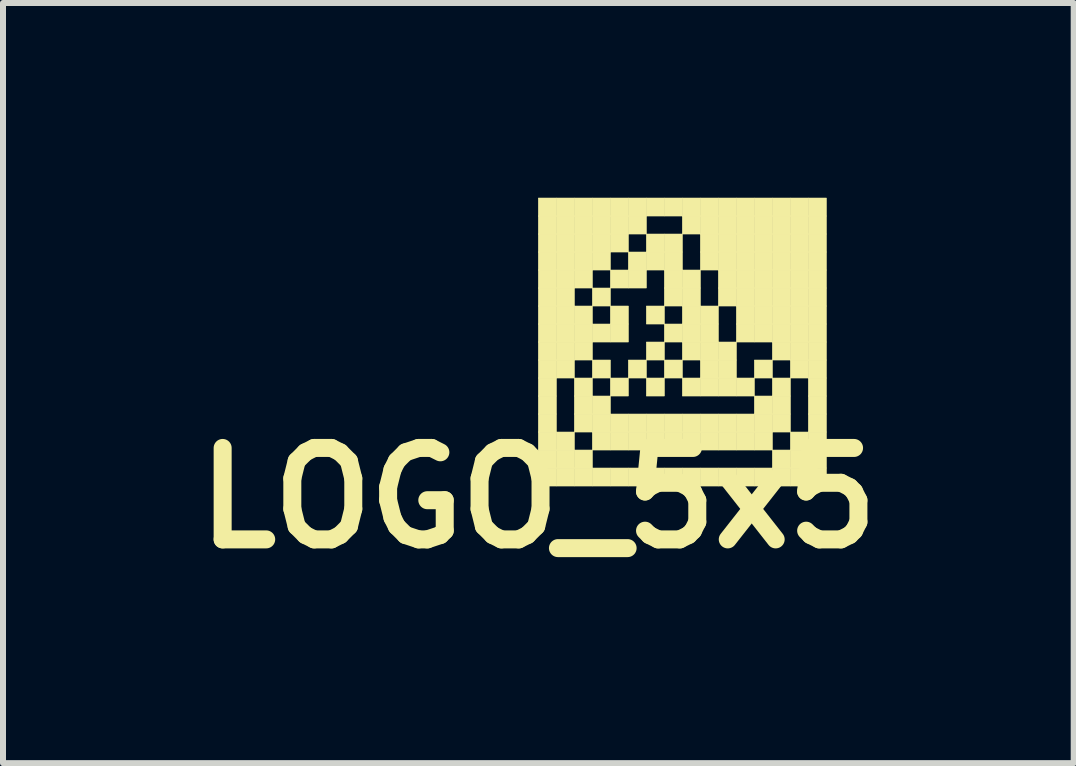
<source format=kicad_pcb>
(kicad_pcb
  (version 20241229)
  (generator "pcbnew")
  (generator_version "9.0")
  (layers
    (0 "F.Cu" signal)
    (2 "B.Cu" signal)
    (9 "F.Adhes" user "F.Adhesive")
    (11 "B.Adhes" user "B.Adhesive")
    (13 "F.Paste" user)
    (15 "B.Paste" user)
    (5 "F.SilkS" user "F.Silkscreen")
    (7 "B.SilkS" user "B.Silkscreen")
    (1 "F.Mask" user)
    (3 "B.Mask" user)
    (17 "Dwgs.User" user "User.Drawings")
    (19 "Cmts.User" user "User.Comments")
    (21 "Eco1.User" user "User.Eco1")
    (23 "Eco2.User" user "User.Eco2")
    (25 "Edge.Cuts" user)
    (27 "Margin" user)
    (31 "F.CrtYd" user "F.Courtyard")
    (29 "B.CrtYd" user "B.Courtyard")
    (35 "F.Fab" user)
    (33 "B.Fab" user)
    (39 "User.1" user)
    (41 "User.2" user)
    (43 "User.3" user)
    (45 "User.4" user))
  (footprint "LOGO_5x5"
    (layer "F.Cu")
    (at 5.922 0.25)
    (property "Reference" "LOGO_5x5" (at 0 5 0) (layer "F.SilkS") (effects (font (size 1.524 1.524) (thickness 0.3))))
    (attr through_hole)
    (fp_poly (pts (xy 0 0) (xy 0.3 0) (xy 0.3 0.3) (xy 0 0.3) (xy 0 0)) (stroke (width 0.01) (type solid)) (fill yes) (layer "F.SilkS"))
    (fp_poly (pts (xy 0 0.3) (xy 0.3 0.3) (xy 0.3 0.6) (xy 0 0.6) (xy 0 0.3)) (stroke (width 0.01) (type solid)) (fill yes) (layer "F.SilkS"))
    (fp_poly (pts (xy 0 0.6) (xy 0.3 0.6) (xy 0.3 0.9) (xy 0 0.9) (xy 0 0.6)) (stroke (width 0.01) (type solid)) (fill yes) (layer "F.SilkS"))
    (fp_poly (pts (xy 0 0.9) (xy 0.3 0.9) (xy 0.3 1.2) (xy 0 1.2) (xy 0 0.9)) (stroke (width 0.01) (type solid)) (fill yes) (layer "F.SilkS"))
    (fp_poly (pts (xy 0 1.2) (xy 0.3 1.2) (xy 0.3 1.5) (xy 0 1.5) (xy 0 1.2)) (stroke (width 0.01) (type solid)) (fill yes) (layer "F.SilkS"))
    (fp_poly (pts (xy 0 1.5) (xy 0.3 1.5) (xy 0.3 1.8) (xy 0 1.8) (xy 0 1.5)) (stroke (width 0.01) (type solid)) (fill yes) (layer "F.SilkS"))
    (fp_poly (pts (xy 0 1.8) (xy 0.3 1.8) (xy 0.3 2.1) (xy 0 2.1) (xy 0 1.8)) (stroke (width 0.01) (type solid)) (fill yes) (layer "F.SilkS"))
    (fp_poly (pts (xy 0 2.1) (xy 0.3 2.1) (xy 0.3 2.4) (xy 0 2.4) (xy 0 2.1)) (stroke (width 0.01) (type solid)) (fill yes) (layer "F.SilkS"))
    (fp_poly (pts (xy 0 2.4) (xy 0.3 2.4) (xy 0.3 2.7) (xy 0 2.7) (xy 0 2.4)) (stroke (width 0.01) (type solid)) (fill yes) (layer "F.SilkS"))
    (fp_poly (pts (xy 0 2.7) (xy 0.3 2.7) (xy 0.3 3) (xy 0 3) (xy 0 2.7)) (stroke (width 0.01) (type solid)) (fill yes) (layer "F.SilkS"))
    (fp_poly (pts (xy 0 3) (xy 0.3 3) (xy 0.3 3.3) (xy 0 3.3) (xy 0 3)) (stroke (width 0.01) (type solid)) (fill yes) (layer "F.SilkS"))
    (fp_poly (pts (xy 0 3.3) (xy 0.3 3.3) (xy 0.3 3.6) (xy 0 3.6) (xy 0 3.3)) (stroke (width 0.01) (type solid)) (fill yes) (layer "F.SilkS"))
    (fp_poly (pts (xy 0 3.6) (xy 0.3 3.6) (xy 0.3 3.9) (xy 0 3.9) (xy 0 3.6)) (stroke (width 0.01) (type solid)) (fill yes) (layer "F.SilkS"))
    (fp_poly (pts (xy 0 3.9) (xy 0.3 3.9) (xy 0.3 4.2) (xy 0 4.2) (xy 0 3.9)) (stroke (width 0.01) (type solid)) (fill yes) (layer "F.SilkS"))
    (fp_poly (pts (xy 0 4.2) (xy 0.3 4.2) (xy 0.3 4.5) (xy 0 4.5) (xy 0 4.2)) (stroke (width 0.01) (type solid)) (fill yes) (layer "F.SilkS"))
    (fp_poly (pts (xy 0 4.5) (xy 0.3 4.5) (xy 0.3 4.8) (xy 0 4.8) (xy 0 4.5)) (stroke (width 0.01) (type solid)) (fill yes) (layer "F.SilkS"))
    (fp_poly (pts (xy 0.3 0) (xy 0.6 0) (xy 0.6 0.3) (xy 0.3 0.3) (xy 0.3 0)) (stroke (width 0.01) (type solid)) (fill yes) (layer "F.SilkS"))
    (fp_poly (pts (xy 0.3 0.3) (xy 0.6 0.3) (xy 0.6 0.6) (xy 0.3 0.6) (xy 0.3 0.3)) (stroke (width 0.01) (type solid)) (fill yes) (layer "F.SilkS"))
    (fp_poly (pts (xy 0.3 0.6) (xy 0.6 0.6) (xy 0.6 0.9) (xy 0.3 0.9) (xy 0.3 0.6)) (stroke (width 0.01) (type solid)) (fill yes) (layer "F.SilkS"))
    (fp_poly (pts (xy 0.3 0.9) (xy 0.6 0.9) (xy 0.6 1.2) (xy 0.3 1.2) (xy 0.3 0.9)) (stroke (width 0.01) (type solid)) (fill yes) (layer "F.SilkS"))
    (fp_poly (pts (xy 0.3 1.2) (xy 0.6 1.2) (xy 0.6 1.5) (xy 0.3 1.5) (xy 0.3 1.2)) (stroke (width 0.01) (type solid)) (fill yes) (layer "F.SilkS"))
    (fp_poly (pts (xy 0.3 1.5) (xy 0.6 1.5) (xy 0.6 1.8) (xy 0.3 1.8) (xy 0.3 1.5)) (stroke (width 0.01) (type solid)) (fill yes) (layer "F.SilkS"))
    (fp_poly (pts (xy 0.3 1.8) (xy 0.6 1.8) (xy 0.6 2.1) (xy 0.3 2.1) (xy 0.3 1.8)) (stroke (width 0.01) (type solid)) (fill yes) (layer "F.SilkS"))
    (fp_poly (pts (xy 0.3 2.1) (xy 0.6 2.1) (xy 0.6 2.4) (xy 0.3 2.4) (xy 0.3 2.1)) (stroke (width 0.01) (type solid)) (fill yes) (layer "F.SilkS"))
    (fp_poly (pts (xy 0.3 2.4) (xy 0.6 2.4) (xy 0.6 2.7) (xy 0.3 2.7) (xy 0.3 2.4)) (stroke (width 0.01) (type solid)) (fill yes) (layer "F.SilkS"))
    (fp_poly (pts (xy 0.3 2.7) (xy 0.6 2.7) (xy 0.6 3) (xy 0.3 3) (xy 0.3 2.7)) (stroke (width 0.01) (type solid)) (fill yes) (layer "F.SilkS"))
    (fp_poly (pts (xy 0.3 3.9) (xy 0.6 3.9) (xy 0.6 4.2) (xy 0.3 4.2) (xy 0.3 3.9)) (stroke (width 0.01) (type solid)) (fill yes) (layer "F.SilkS"))
    (fp_poly (pts (xy 0.3 4.2) (xy 0.6 4.2) (xy 0.6 4.5) (xy 0.3 4.5) (xy 0.3 4.2)) (stroke (width 0.01) (type solid)) (fill yes) (layer "F.SilkS"))
    (fp_poly (pts (xy 0.3 4.5) (xy 0.6 4.5) (xy 0.6 4.8) (xy 0.3 4.8) (xy 0.3 4.5)) (stroke (width 0.01) (type solid)) (fill yes) (layer "F.SilkS"))
    (fp_poly (pts (xy 0.6 0) (xy 0.9 0) (xy 0.9 0.3) (xy 0.6 0.3) (xy 0.6 0)) (stroke (width 0.01) (type solid)) (fill yes) (layer "F.SilkS"))
    (fp_poly (pts (xy 0.6 0.3) (xy 0.9 0.3) (xy 0.9 0.6) (xy 0.6 0.6) (xy 0.6 0.3)) (stroke (width 0.01) (type solid)) (fill yes) (layer "F.SilkS"))
    (fp_poly (pts (xy 0.6 0.6) (xy 0.9 0.6) (xy 0.9 0.9) (xy 0.6 0.9) (xy 0.6 0.6)) (stroke (width 0.01) (type solid)) (fill yes) (layer "F.SilkS"))
    (fp_poly (pts (xy 0.6 0.9) (xy 0.9 0.9) (xy 0.9 1.2) (xy 0.6 1.2) (xy 0.6 0.9)) (stroke (width 0.01) (type solid)) (fill yes) (layer "F.SilkS"))
    (fp_poly (pts (xy 0.6 1.2) (xy 0.9 1.2) (xy 0.9 1.5) (xy 0.6 1.5) (xy 0.6 1.2)) (stroke (width 0.01) (type solid)) (fill yes) (layer "F.SilkS"))
    (fp_poly (pts (xy 0.6 1.8) (xy 0.9 1.8) (xy 0.9 2.1) (xy 0.6 2.1) (xy 0.6 1.8)) (stroke (width 0.01) (type solid)) (fill yes) (layer "F.SilkS"))
    (fp_poly (pts (xy 0.6 2.1) (xy 0.9 2.1) (xy 0.9 2.4) (xy 0.6 2.4) (xy 0.6 2.1)) (stroke (width 0.01) (type solid)) (fill yes) (layer "F.SilkS"))
    (fp_poly (pts (xy 0.6 2.4) (xy 0.9 2.4) (xy 0.9 2.7) (xy 0.6 2.7) (xy 0.6 2.4)) (stroke (width 0.01) (type solid)) (fill yes) (layer "F.SilkS"))
    (fp_poly (pts (xy 0.6 3) (xy 0.9 3) (xy 0.9 3.3) (xy 0.6 3.3) (xy 0.6 3)) (stroke (width 0.01) (type solid)) (fill yes) (layer "F.SilkS"))
    (fp_poly (pts (xy 0.6 3.3) (xy 0.9 3.3) (xy 0.9 3.6) (xy 0.6 3.6) (xy 0.6 3.3)) (stroke (width 0.01) (type solid)) (fill yes) (layer "F.SilkS"))
    (fp_poly (pts (xy 0.6 3.6) (xy 0.9 3.6) (xy 0.9 3.9) (xy 0.6 3.9) (xy 0.6 3.6)) (stroke (width 0.01) (type solid)) (fill yes) (layer "F.SilkS"))
    (fp_poly (pts (xy 0.6 4.2) (xy 0.9 4.2) (xy 0.9 4.5) (xy 0.6 4.5) (xy 0.6 4.2)) (stroke (width 0.01) (type solid)) (fill yes) (layer "F.SilkS"))
    (fp_poly (pts (xy 0.6 4.5) (xy 0.9 4.5) (xy 0.9 4.8) (xy 0.6 4.8) (xy 0.6 4.5)) (stroke (width 0.01) (type solid)) (fill yes) (layer "F.SilkS"))
    (fp_poly (pts (xy 0.9 0) (xy 1.2 0) (xy 1.2 0.3) (xy 0.9 0.3) (xy 0.9 0)) (stroke (width 0.01) (type solid)) (fill yes) (layer "F.SilkS"))
    (fp_poly (pts (xy 0.9 0.3) (xy 1.2 0.3) (xy 1.2 0.6) (xy 0.9 0.6) (xy 0.9 0.3)) (stroke (width 0.01) (type solid)) (fill yes) (layer "F.SilkS"))
    (fp_poly (pts (xy 0.9 0.6) (xy 1.2 0.6) (xy 1.2 0.9) (xy 0.9 0.9) (xy 0.9 0.6)) (stroke (width 0.01) (type solid)) (fill yes) (layer "F.SilkS"))
    (fp_poly (pts (xy 0.9 0.9) (xy 1.2 0.9) (xy 1.2 1.2) (xy 0.9 1.2) (xy 0.9 0.9)) (stroke (width 0.01) (type solid)) (fill yes) (layer "F.SilkS"))
    (fp_poly (pts (xy 0.9 1.5) (xy 1.2 1.5) (xy 1.2 1.8) (xy 0.9 1.8) (xy 0.9 1.5)) (stroke (width 0.01) (type solid)) (fill yes) (layer "F.SilkS"))
    (fp_poly (pts (xy 0.9 2.1) (xy 1.2 2.1) (xy 1.2 2.4) (xy 0.9 2.4) (xy 0.9 2.1)) (stroke (width 0.01) (type solid)) (fill yes) (layer "F.SilkS"))
    (fp_poly (pts (xy 0.9 2.7) (xy 1.2 2.7) (xy 1.2 3) (xy 0.9 3) (xy 0.9 2.7)) (stroke (width 0.01) (type solid)) (fill yes) (layer "F.SilkS"))
    (fp_poly (pts (xy 0.9 3.3) (xy 1.2 3.3) (xy 1.2 3.6) (xy 0.9 3.6) (xy 0.9 3.3)) (stroke (width 0.01) (type solid)) (fill yes) (layer "F.SilkS"))
    (fp_poly (pts (xy 0.9 3.6) (xy 1.2 3.6) (xy 1.2 3.9) (xy 0.9 3.9) (xy 0.9 3.6)) (stroke (width 0.01) (type solid)) (fill yes) (layer "F.SilkS"))
    (fp_poly (pts (xy 0.9 3.9) (xy 1.2 3.9) (xy 1.2 4.2) (xy 0.9 4.2) (xy 0.9 3.9)) (stroke (width 0.01) (type solid)) (fill yes) (layer "F.SilkS"))
    (fp_poly (pts (xy 0.9 4.5) (xy 1.2 4.5) (xy 1.2 4.8) (xy 0.9 4.8) (xy 0.9 4.5)) (stroke (width 0.01) (type solid)) (fill yes) (layer "F.SilkS"))
    (fp_poly (pts (xy 1.2 0) (xy 1.5 0) (xy 1.5 0.3) (xy 1.2 0.3) (xy 1.2 0)) (stroke (width 0.01) (type solid)) (fill yes) (layer "F.SilkS"))
    (fp_poly (pts (xy 1.2 0.3) (xy 1.5 0.3) (xy 1.5 0.6) (xy 1.2 0.6) (xy 1.2 0.3)) (stroke (width 0.01) (type solid)) (fill yes) (layer "F.SilkS"))
    (fp_poly (pts (xy 1.2 0.6) (xy 1.5 0.6) (xy 1.5 0.9) (xy 1.2 0.9) (xy 1.2 0.6)) (stroke (width 0.01) (type solid)) (fill yes) (layer "F.SilkS"))
    (fp_poly (pts (xy 1.2 1.2) (xy 1.5 1.2) (xy 1.5 1.5) (xy 1.2 1.5) (xy 1.2 1.2)) (stroke (width 0.01) (type solid)) (fill yes) (layer "F.SilkS"))
    (fp_poly (pts (xy 1.2 1.8) (xy 1.5 1.8) (xy 1.5 2.1) (xy 1.2 2.1) (xy 1.2 1.8)) (stroke (width 0.01) (type solid)) (fill yes) (layer "F.SilkS"))
    (fp_poly (pts (xy 1.2 2.1) (xy 1.5 2.1) (xy 1.5 2.4) (xy 1.2 2.4) (xy 1.2 2.1)) (stroke (width 0.01) (type solid)) (fill yes) (layer "F.SilkS"))
    (fp_poly (pts (xy 1.2 3) (xy 1.5 3) (xy 1.5 3.3) (xy 1.2 3.3) (xy 1.2 3)) (stroke (width 0.01) (type solid)) (fill yes) (layer "F.SilkS"))
    (fp_poly (pts (xy 1.2 3.6) (xy 1.5 3.6) (xy 1.5 3.9) (xy 1.2 3.9) (xy 1.2 3.6)) (stroke (width 0.01) (type solid)) (fill yes) (layer "F.SilkS"))
    (fp_poly (pts (xy 1.2 3.9) (xy 1.5 3.9) (xy 1.5 4.2) (xy 1.2 4.2) (xy 1.2 3.9)) (stroke (width 0.01) (type solid)) (fill yes) (layer "F.SilkS"))
    (fp_poly (pts (xy 1.2 4.5) (xy 1.5 4.5) (xy 1.5 4.8) (xy 1.2 4.8) (xy 1.2 4.5)) (stroke (width 0.01) (type solid)) (fill yes) (layer "F.SilkS"))
    (fp_poly (pts (xy 1.5 0) (xy 1.8 0) (xy 1.8 0.3) (xy 1.5 0.3) (xy 1.5 0)) (stroke (width 0.01) (type solid)) (fill yes) (layer "F.SilkS"))
    (fp_poly (pts (xy 1.5 0.3) (xy 1.8 0.3) (xy 1.8 0.6) (xy 1.5 0.6) (xy 1.5 0.3)) (stroke (width 0.01) (type solid)) (fill yes) (layer "F.SilkS"))
    (fp_poly (pts (xy 1.5 0.9) (xy 1.8 0.9) (xy 1.8 1.2) (xy 1.5 1.2) (xy 1.5 0.9)) (stroke (width 0.01) (type solid)) (fill yes) (layer "F.SilkS"))
    (fp_poly (pts (xy 1.5 1.2) (xy 1.8 1.2) (xy 1.8 1.5) (xy 1.5 1.5) (xy 1.5 1.2)) (stroke (width 0.01) (type solid)) (fill yes) (layer "F.SilkS"))
    (fp_poly (pts (xy 1.5 2.7) (xy 1.8 2.7) (xy 1.8 3) (xy 1.5 3) (xy 1.5 2.7)) (stroke (width 0.01) (type solid)) (fill yes) (layer "F.SilkS"))
    (fp_poly (pts (xy 1.5 3.6) (xy 1.8 3.6) (xy 1.8 3.9) (xy 1.5 3.9) (xy 1.5 3.6)) (stroke (width 0.01) (type solid)) (fill yes) (layer "F.SilkS"))
    (fp_poly (pts (xy 1.5 3.9) (xy 1.8 3.9) (xy 1.8 4.2) (xy 1.5 4.2) (xy 1.5 3.9)) (stroke (width 0.01) (type solid)) (fill yes) (layer "F.SilkS"))
    (fp_poly (pts (xy 1.5 4.5) (xy 1.8 4.5) (xy 1.8 4.8) (xy 1.5 4.8) (xy 1.5 4.5)) (stroke (width 0.01) (type solid)) (fill yes) (layer "F.SilkS"))
    (fp_poly (pts (xy 1.8 0) (xy 2.1 0) (xy 2.1 0.3) (xy 1.8 0.3) (xy 1.8 0)) (stroke (width 0.01) (type solid)) (fill yes) (layer "F.SilkS"))
    (fp_poly (pts (xy 1.8 0.6) (xy 2.1 0.6) (xy 2.1 0.9) (xy 1.8 0.9) (xy 1.8 0.6)) (stroke (width 0.01) (type solid)) (fill yes) (layer "F.SilkS"))
    (fp_poly (pts (xy 1.8 0.9) (xy 2.1 0.9) (xy 2.1 1.2) (xy 1.8 1.2) (xy 1.8 0.9)) (stroke (width 0.01) (type solid)) (fill yes) (layer "F.SilkS"))
    (fp_poly (pts (xy 1.8 1.8) (xy 2.1 1.8) (xy 2.1 2.1) (xy 1.8 2.1) (xy 1.8 1.8)) (stroke (width 0.01) (type solid)) (fill yes) (layer "F.SilkS"))
    (fp_poly (pts (xy 1.8 2.4) (xy 2.1 2.4) (xy 2.1 2.7) (xy 1.8 2.7) (xy 1.8 2.4)) (stroke (width 0.01) (type solid)) (fill yes) (layer "F.SilkS"))
    (fp_poly (pts (xy 1.8 3) (xy 2.1 3) (xy 2.1 3.3) (xy 1.8 3.3) (xy 1.8 3)) (stroke (width 0.01) (type solid)) (fill yes) (layer "F.SilkS"))
    (fp_poly (pts (xy 1.8 3.6) (xy 2.1 3.6) (xy 2.1 3.9) (xy 1.8 3.9) (xy 1.8 3.6)) (stroke (width 0.01) (type solid)) (fill yes) (layer "F.SilkS"))
    (fp_poly (pts (xy 1.8 3.9) (xy 2.1 3.9) (xy 2.1 4.2) (xy 1.8 4.2) (xy 1.8 3.9)) (stroke (width 0.01) (type solid)) (fill yes) (layer "F.SilkS"))
    (fp_poly (pts (xy 1.8 4.5) (xy 2.1 4.5) (xy 2.1 4.8) (xy 1.8 4.8) (xy 1.8 4.5)) (stroke (width 0.01) (type solid)) (fill yes) (layer "F.SilkS"))
    (fp_poly (pts (xy 2.1 0) (xy 2.4 0) (xy 2.4 0.3) (xy 2.1 0.3) (xy 2.1 0)) (stroke (width 0.01) (type solid)) (fill yes) (layer "F.SilkS"))
    (fp_poly (pts (xy 2.1 0.6) (xy 2.4 0.6) (xy 2.4 0.9) (xy 2.1 0.9) (xy 2.1 0.6)) (stroke (width 0.01) (type solid)) (fill yes) (layer "F.SilkS"))
    (fp_poly (pts (xy 2.1 0.9) (xy 2.4 0.9) (xy 2.4 1.2) (xy 2.1 1.2) (xy 2.1 0.9)) (stroke (width 0.01) (type solid)) (fill yes) (layer "F.SilkS"))
    (fp_poly (pts (xy 2.1 1.2) (xy 2.4 1.2) (xy 2.4 1.5) (xy 2.1 1.5) (xy 2.1 1.2)) (stroke (width 0.01) (type solid)) (fill yes) (layer "F.SilkS"))
    (fp_poly (pts (xy 2.1 1.5) (xy 2.4 1.5) (xy 2.4 1.8) (xy 2.1 1.8) (xy 2.1 1.5)) (stroke (width 0.01) (type solid)) (fill yes) (layer "F.SilkS"))
    (fp_poly (pts (xy 2.1 2.1) (xy 2.4 2.1) (xy 2.4 2.4) (xy 2.1 2.4) (xy 2.1 2.1)) (stroke (width 0.01) (type solid)) (fill yes) (layer "F.SilkS"))
    (fp_poly (pts (xy 2.1 2.7) (xy 2.4 2.7) (xy 2.4 3) (xy 2.1 3) (xy 2.1 2.7)) (stroke (width 0.01) (type solid)) (fill yes) (layer "F.SilkS"))
    (fp_poly (pts (xy 2.1 3.6) (xy 2.4 3.6) (xy 2.4 3.9) (xy 2.1 3.9) (xy 2.1 3.6)) (stroke (width 0.01) (type solid)) (fill yes) (layer "F.SilkS"))
    (fp_poly (pts (xy 2.1 3.9) (xy 2.4 3.9) (xy 2.4 4.2) (xy 2.1 4.2) (xy 2.1 3.9)) (stroke (width 0.01) (type solid)) (fill yes) (layer "F.SilkS"))
    (fp_poly (pts (xy 2.1 4.5) (xy 2.4 4.5) (xy 2.4 4.8) (xy 2.1 4.8) (xy 2.1 4.5)) (stroke (width 0.01) (type solid)) (fill yes) (layer "F.SilkS"))
    (fp_poly (pts (xy 2.4 0) (xy 2.7 0) (xy 2.7 0.3) (xy 2.4 0.3) (xy 2.4 0)) (stroke (width 0.01) (type solid)) (fill yes) (layer "F.SilkS"))
    (fp_poly (pts (xy 2.4 0.3) (xy 2.7 0.3) (xy 2.7 0.6) (xy 2.4 0.6) (xy 2.4 0.3)) (stroke (width 0.01) (type solid)) (fill yes) (layer "F.SilkS"))
    (fp_poly (pts (xy 2.4 1.2) (xy 2.7 1.2) (xy 2.7 1.5) (xy 2.4 1.5) (xy 2.4 1.2)) (stroke (width 0.01) (type solid)) (fill yes) (layer "F.SilkS"))
    (fp_poly (pts (xy 2.4 1.5) (xy 2.7 1.5) (xy 2.7 1.8) (xy 2.4 1.8) (xy 2.4 1.5)) (stroke (width 0.01) (type solid)) (fill yes) (layer "F.SilkS"))
    (fp_poly (pts (xy 2.4 1.8) (xy 2.7 1.8) (xy 2.7 2.1) (xy 2.4 2.1) (xy 2.4 1.8)) (stroke (width 0.01) (type solid)) (fill yes) (layer "F.SilkS"))
    (fp_poly (pts (xy 2.4 2.1) (xy 2.7 2.1) (xy 2.7 2.4) (xy 2.4 2.4) (xy 2.4 2.1)) (stroke (width 0.01) (type solid)) (fill yes) (layer "F.SilkS"))
    (fp_poly (pts (xy 2.4 2.4) (xy 2.7 2.4) (xy 2.7 2.7) (xy 2.4 2.7) (xy 2.4 2.4)) (stroke (width 0.01) (type solid)) (fill yes) (layer "F.SilkS"))
    (fp_poly (pts (xy 2.4 3) (xy 2.7 3) (xy 2.7 3.3) (xy 2.4 3.3) (xy 2.4 3)) (stroke (width 0.01) (type solid)) (fill yes) (layer "F.SilkS"))
    (fp_poly (pts (xy 2.4 3.6) (xy 2.7 3.6) (xy 2.7 3.9) (xy 2.4 3.9) (xy 2.4 3.6)) (stroke (width 0.01) (type solid)) (fill yes) (layer "F.SilkS"))
    (fp_poly (pts (xy 2.4 3.9) (xy 2.7 3.9) (xy 2.7 4.2) (xy 2.4 4.2) (xy 2.4 3.9)) (stroke (width 0.01) (type solid)) (fill yes) (layer "F.SilkS"))
    (fp_poly (pts (xy 2.4 4.5) (xy 2.7 4.5) (xy 2.7 4.8) (xy 2.4 4.8) (xy 2.4 4.5)) (stroke (width 0.01) (type solid)) (fill yes) (layer "F.SilkS"))
    (fp_poly (pts (xy 2.7 0) (xy 3 0) (xy 3 0.3) (xy 2.7 0.3) (xy 2.7 0)) (stroke (width 0.01) (type solid)) (fill yes) (layer "F.SilkS"))
    (fp_poly (pts (xy 2.7 0.3) (xy 3 0.3) (xy 3 0.6) (xy 2.7 0.6) (xy 2.7 0.3)) (stroke (width 0.01) (type solid)) (fill yes) (layer "F.SilkS"))
    (fp_poly (pts (xy 2.7 0.6) (xy 3 0.6) (xy 3 0.9) (xy 2.7 0.9) (xy 2.7 0.6)) (stroke (width 0.01) (type solid)) (fill yes) (layer "F.SilkS"))
    (fp_poly (pts (xy 2.7 0.9) (xy 3 0.9) (xy 3 1.2) (xy 2.7 1.2) (xy 2.7 0.9)) (stroke (width 0.01) (type solid)) (fill yes) (layer "F.SilkS"))
    (fp_poly (pts (xy 2.7 1.8) (xy 3 1.8) (xy 3 2.1) (xy 2.7 2.1) (xy 2.7 1.8)) (stroke (width 0.01) (type solid)) (fill yes) (layer "F.SilkS"))
    (fp_poly (pts (xy 2.7 2.1) (xy 3 2.1) (xy 3 2.4) (xy 2.7 2.4) (xy 2.7 2.1)) (stroke (width 0.01) (type solid)) (fill yes) (layer "F.SilkS"))
    (fp_poly (pts (xy 2.7 2.4) (xy 3 2.4) (xy 3 2.7) (xy 2.7 2.7) (xy 2.7 2.4)) (stroke (width 0.01) (type solid)) (fill yes) (layer "F.SilkS"))
    (fp_poly (pts (xy 2.7 2.7) (xy 3 2.7) (xy 3 3) (xy 2.7 3) (xy 2.7 2.7)) (stroke (width 0.01) (type solid)) (fill yes) (layer "F.SilkS"))
    (fp_poly (pts (xy 2.7 3) (xy 3 3) (xy 3 3.3) (xy 2.7 3.3) (xy 2.7 3)) (stroke (width 0.01) (type solid)) (fill yes) (layer "F.SilkS"))
    (fp_poly (pts (xy 2.7 3.6) (xy 3 3.6) (xy 3 3.9) (xy 2.7 3.9) (xy 2.7 3.6)) (stroke (width 0.01) (type solid)) (fill yes) (layer "F.SilkS"))
    (fp_poly (pts (xy 2.7 3.9) (xy 3 3.9) (xy 3 4.2) (xy 2.7 4.2) (xy 2.7 3.9)) (stroke (width 0.01) (type solid)) (fill yes) (layer "F.SilkS"))
    (fp_poly (pts (xy 2.7 4.5) (xy 3 4.5) (xy 3 4.8) (xy 2.7 4.8) (xy 2.7 4.5)) (stroke (width 0.01) (type solid)) (fill yes) (layer "F.SilkS"))
    (fp_poly (pts (xy 3 0) (xy 3.3 0) (xy 3.3 0.3) (xy 3 0.3) (xy 3 0)) (stroke (width 0.01) (type solid)) (fill yes) (layer "F.SilkS"))
    (fp_poly (pts (xy 3 0.3) (xy 3.3 0.3) (xy 3.3 0.6) (xy 3 0.6) (xy 3 0.3)) (stroke (width 0.01) (type solid)) (fill yes) (layer "F.SilkS"))
    (fp_poly (pts (xy 3 0.6) (xy 3.3 0.6) (xy 3.3 0.9) (xy 3 0.9) (xy 3 0.6)) (stroke (width 0.01) (type solid)) (fill yes) (layer "F.SilkS"))
    (fp_poly (pts (xy 3 0.9) (xy 3.3 0.9) (xy 3.3 1.2) (xy 3 1.2) (xy 3 0.9)) (stroke (width 0.01) (type solid)) (fill yes) (layer "F.SilkS"))
    (fp_poly (pts (xy 3 1.2) (xy 3.3 1.2) (xy 3.3 1.5) (xy 3 1.5) (xy 3 1.2)) (stroke (width 0.01) (type solid)) (fill yes) (layer "F.SilkS"))
    (fp_poly (pts (xy 3 1.5) (xy 3.3 1.5) (xy 3.3 1.8) (xy 3 1.8) (xy 3 1.5)) (stroke (width 0.01) (type solid)) (fill yes) (layer "F.SilkS"))
    (fp_poly (pts (xy 3 2.4) (xy 3.3 2.4) (xy 3.3 2.7) (xy 3 2.7) (xy 3 2.4)) (stroke (width 0.01) (type solid)) (fill yes) (layer "F.SilkS"))
    (fp_poly (pts (xy 3 2.7) (xy 3.3 2.7) (xy 3.3 3) (xy 3 3) (xy 3 2.7)) (stroke (width 0.01) (type solid)) (fill yes) (layer "F.SilkS"))
    (fp_poly (pts (xy 3 3) (xy 3.3 3) (xy 3.3 3.3) (xy 3 3.3) (xy 3 3)) (stroke (width 0.01) (type solid)) (fill yes) (layer "F.SilkS"))
    (fp_poly (pts (xy 3 3.6) (xy 3.3 3.6) (xy 3.3 3.9) (xy 3 3.9) (xy 3 3.6)) (stroke (width 0.01) (type solid)) (fill yes) (layer "F.SilkS"))
    (fp_poly (pts (xy 3 3.9) (xy 3.3 3.9) (xy 3.3 4.2) (xy 3 4.2) (xy 3 3.9)) (stroke (width 0.01) (type solid)) (fill yes) (layer "F.SilkS"))
    (fp_poly (pts (xy 3 4.5) (xy 3.3 4.5) (xy 3.3 4.8) (xy 3 4.8) (xy 3 4.5)) (stroke (width 0.01) (type solid)) (fill yes) (layer "F.SilkS"))
    (fp_poly (pts (xy 3.3 0) (xy 3.6 0) (xy 3.6 0.3) (xy 3.3 0.3) (xy 3.3 0)) (stroke (width 0.01) (type solid)) (fill yes) (layer "F.SilkS"))
    (fp_poly (pts (xy 3.3 0.3) (xy 3.6 0.3) (xy 3.6 0.6) (xy 3.3 0.6) (xy 3.3 0.3)) (stroke (width 0.01) (type solid)) (fill yes) (layer "F.SilkS"))
    (fp_poly (pts (xy 3.3 0.6) (xy 3.6 0.6) (xy 3.6 0.9) (xy 3.3 0.9) (xy 3.3 0.6)) (stroke (width 0.01) (type solid)) (fill yes) (layer "F.SilkS"))
    (fp_poly (pts (xy 3.3 0.9) (xy 3.6 0.9) (xy 3.6 1.2) (xy 3.3 1.2) (xy 3.3 0.9)) (stroke (width 0.01) (type solid)) (fill yes) (layer "F.SilkS"))
    (fp_poly (pts (xy 3.3 1.2) (xy 3.6 1.2) (xy 3.6 1.5) (xy 3.3 1.5) (xy 3.3 1.2)) (stroke (width 0.01) (type solid)) (fill yes) (layer "F.SilkS"))
    (fp_poly (pts (xy 3.3 1.5) (xy 3.6 1.5) (xy 3.6 1.8) (xy 3.3 1.8) (xy 3.3 1.5)) (stroke (width 0.01) (type solid)) (fill yes) (layer "F.SilkS"))
    (fp_poly (pts (xy 3.3 1.8) (xy 3.6 1.8) (xy 3.6 2.1) (xy 3.3 2.1) (xy 3.3 1.8)) (stroke (width 0.01) (type solid)) (fill yes) (layer "F.SilkS"))
    (fp_poly (pts (xy 3.3 2.1) (xy 3.6 2.1) (xy 3.6 2.4) (xy 3.3 2.4) (xy 3.3 2.1)) (stroke (width 0.01) (type solid)) (fill yes) (layer "F.SilkS"))
    (fp_poly (pts (xy 3.3 3) (xy 3.6 3) (xy 3.6 3.3) (xy 3.3 3.3) (xy 3.3 3)) (stroke (width 0.01) (type solid)) (fill yes) (layer "F.SilkS"))
    (fp_poly (pts (xy 3.3 3.6) (xy 3.6 3.6) (xy 3.6 3.9) (xy 3.3 3.9) (xy 3.3 3.6)) (stroke (width 0.01) (type solid)) (fill yes) (layer "F.SilkS"))
    (fp_poly (pts (xy 3.3 3.9) (xy 3.6 3.9) (xy 3.6 4.2) (xy 3.3 4.2) (xy 3.3 3.9)) (stroke (width 0.01) (type solid)) (fill yes) (layer "F.SilkS"))
    (fp_poly (pts (xy 3.3 4.5) (xy 3.6 4.5) (xy 3.6 4.8) (xy 3.3 4.8) (xy 3.3 4.5)) (stroke (width 0.01) (type solid)) (fill yes) (layer "F.SilkS"))
    (fp_poly (pts (xy 3.6 0) (xy 3.9 0) (xy 3.9 0.3) (xy 3.6 0.3) (xy 3.6 0)) (stroke (width 0.01) (type solid)) (fill yes) (layer "F.SilkS"))
    (fp_poly (pts (xy 3.6 0.3) (xy 3.9 0.3) (xy 3.9 0.6) (xy 3.6 0.6) (xy 3.6 0.3)) (stroke (width 0.01) (type solid)) (fill yes) (layer "F.SilkS"))
    (fp_poly (pts (xy 3.6 0.6) (xy 3.9 0.6) (xy 3.9 0.9) (xy 3.6 0.9) (xy 3.6 0.6)) (stroke (width 0.01) (type solid)) (fill yes) (layer "F.SilkS"))
    (fp_poly (pts (xy 3.6 0.9) (xy 3.9 0.9) (xy 3.9 1.2) (xy 3.6 1.2) (xy 3.6 0.9)) (stroke (width 0.01) (type solid)) (fill yes) (layer "F.SilkS"))
    (fp_poly (pts (xy 3.6 1.2) (xy 3.9 1.2) (xy 3.9 1.5) (xy 3.6 1.5) (xy 3.6 1.2)) (stroke (width 0.01) (type solid)) (fill yes) (layer "F.SilkS"))
    (fp_poly (pts (xy 3.6 1.5) (xy 3.9 1.5) (xy 3.9 1.8) (xy 3.6 1.8) (xy 3.6 1.5)) (stroke (width 0.01) (type solid)) (fill yes) (layer "F.SilkS"))
    (fp_poly (pts (xy 3.6 1.8) (xy 3.9 1.8) (xy 3.9 2.1) (xy 3.6 2.1) (xy 3.6 1.8)) (stroke (width 0.01) (type solid)) (fill yes) (layer "F.SilkS"))
    (fp_poly (pts (xy 3.6 2.1) (xy 3.9 2.1) (xy 3.9 2.4) (xy 3.6 2.4) (xy 3.6 2.1)) (stroke (width 0.01) (type solid)) (fill yes) (layer "F.SilkS"))
    (fp_poly (pts (xy 3.6 2.7) (xy 3.9 2.7) (xy 3.9 3) (xy 3.6 3) (xy 3.6 2.7)) (stroke (width 0.01) (type solid)) (fill yes) (layer "F.SilkS"))
    (fp_poly (pts (xy 3.6 3.3) (xy 3.9 3.3) (xy 3.9 3.6) (xy 3.6 3.6) (xy 3.6 3.3)) (stroke (width 0.01) (type solid)) (fill yes) (layer "F.SilkS"))
    (fp_poly (pts (xy 3.6 3.6) (xy 3.9 3.6) (xy 3.9 3.9) (xy 3.6 3.9) (xy 3.6 3.6)) (stroke (width 0.01) (type solid)) (fill yes) (layer "F.SilkS"))
    (fp_poly (pts (xy 3.6 3.9) (xy 3.9 3.9) (xy 3.9 4.2) (xy 3.6 4.2) (xy 3.6 3.9)) (stroke (width 0.01) (type solid)) (fill yes) (layer "F.SilkS"))
    (fp_poly (pts (xy 3.6 4.5) (xy 3.9 4.5) (xy 3.9 4.8) (xy 3.6 4.8) (xy 3.6 4.5)) (stroke (width 0.01) (type solid)) (fill yes) (layer "F.SilkS"))
    (fp_poly (pts (xy 3.9 0) (xy 4.2 0) (xy 4.2 0.3) (xy 3.9 0.3) (xy 3.9 0)) (stroke (width 0.01) (type solid)) (fill yes) (layer "F.SilkS"))
    (fp_poly (pts (xy 3.9 0.3) (xy 4.2 0.3) (xy 4.2 0.6) (xy 3.9 0.6) (xy 3.9 0.3)) (stroke (width 0.01) (type solid)) (fill yes) (layer "F.SilkS"))
    (fp_poly (pts (xy 3.9 0.6) (xy 4.2 0.6) (xy 4.2 0.9) (xy 3.9 0.9) (xy 3.9 0.6)) (stroke (width 0.01) (type solid)) (fill yes) (layer "F.SilkS"))
    (fp_poly (pts (xy 3.9 0.9) (xy 4.2 0.9) (xy 4.2 1.2) (xy 3.9 1.2) (xy 3.9 0.9)) (stroke (width 0.01) (type solid)) (fill yes) (layer "F.SilkS"))
    (fp_poly (pts (xy 3.9 1.2) (xy 4.2 1.2) (xy 4.2 1.5) (xy 3.9 1.5) (xy 3.9 1.2)) (stroke (width 0.01) (type solid)) (fill yes) (layer "F.SilkS"))
    (fp_poly (pts (xy 3.9 1.5) (xy 4.2 1.5) (xy 4.2 1.8) (xy 3.9 1.8) (xy 3.9 1.5)) (stroke (width 0.01) (type solid)) (fill yes) (layer "F.SilkS"))
    (fp_poly (pts (xy 3.9 1.8) (xy 4.2 1.8) (xy 4.2 2.1) (xy 3.9 2.1) (xy 3.9 1.8)) (stroke (width 0.01) (type solid)) (fill yes) (layer "F.SilkS"))
    (fp_poly (pts (xy 3.9 2.1) (xy 4.2 2.1) (xy 4.2 2.4) (xy 3.9 2.4) (xy 3.9 2.1)) (stroke (width 0.01) (type solid)) (fill yes) (layer "F.SilkS"))
    (fp_poly (pts (xy 3.9 2.4) (xy 4.2 2.4) (xy 4.2 2.7) (xy 3.9 2.7) (xy 3.9 2.4)) (stroke (width 0.01) (type solid)) (fill yes) (layer "F.SilkS"))
    (fp_poly (pts (xy 3.9 3) (xy 4.2 3) (xy 4.2 3.3) (xy 3.9 3.3) (xy 3.9 3)) (stroke (width 0.01) (type solid)) (fill yes) (layer "F.SilkS"))
    (fp_poly (pts (xy 3.9 3.3) (xy 4.2 3.3) (xy 4.2 3.6) (xy 3.9 3.6) (xy 3.9 3.3)) (stroke (width 0.01) (type solid)) (fill yes) (layer "F.SilkS"))
    (fp_poly (pts (xy 3.9 3.6) (xy 4.2 3.6) (xy 4.2 3.9) (xy 3.9 3.9) (xy 3.9 3.6)) (stroke (width 0.01) (type solid)) (fill yes) (layer "F.SilkS"))
    (fp_poly (pts (xy 3.9 4.2) (xy 4.2 4.2) (xy 4.2 4.5) (xy 3.9 4.5) (xy 3.9 4.2)) (stroke (width 0.01) (type solid)) (fill yes) (layer "F.SilkS"))
    (fp_poly (pts (xy 3.9 4.5) (xy 4.2 4.5) (xy 4.2 4.8) (xy 3.9 4.8) (xy 3.9 4.5)) (stroke (width 0.01) (type solid)) (fill yes) (layer "F.SilkS"))
    (fp_poly (pts (xy 4.2 0) (xy 4.5 0) (xy 4.5 0.3) (xy 4.2 0.3) (xy 4.2 0)) (stroke (width 0.01) (type solid)) (fill yes) (layer "F.SilkS"))
    (fp_poly (pts (xy 4.2 0.3) (xy 4.5 0.3) (xy 4.5 0.6) (xy 4.2 0.6) (xy 4.2 0.3)) (stroke (width 0.01) (type solid)) (fill yes) (layer "F.SilkS"))
    (fp_poly (pts (xy 4.2 0.6) (xy 4.5 0.6) (xy 4.5 0.9) (xy 4.2 0.9) (xy 4.2 0.6)) (stroke (width 0.01) (type solid)) (fill yes) (layer "F.SilkS"))
    (fp_poly (pts (xy 4.2 0.9) (xy 4.5 0.9) (xy 4.5 1.2) (xy 4.2 1.2) (xy 4.2 0.9)) (stroke (width 0.01) (type solid)) (fill yes) (layer "F.SilkS"))
    (fp_poly (pts (xy 4.2 1.2) (xy 4.5 1.2) (xy 4.5 1.5) (xy 4.2 1.5) (xy 4.2 1.2)) (stroke (width 0.01) (type solid)) (fill yes) (layer "F.SilkS"))
    (fp_poly (pts (xy 4.2 1.5) (xy 4.5 1.5) (xy 4.5 1.8) (xy 4.2 1.8) (xy 4.2 1.5)) (stroke (width 0.01) (type solid)) (fill yes) (layer "F.SilkS"))
    (fp_poly (pts (xy 4.2 1.8) (xy 4.5 1.8) (xy 4.5 2.1) (xy 4.2 2.1) (xy 4.2 1.8)) (stroke (width 0.01) (type solid)) (fill yes) (layer "F.SilkS"))
    (fp_poly (pts (xy 4.2 2.1) (xy 4.5 2.1) (xy 4.5 2.4) (xy 4.2 2.4) (xy 4.2 2.1)) (stroke (width 0.01) (type solid)) (fill yes) (layer "F.SilkS"))
    (fp_poly (pts (xy 4.2 2.4) (xy 4.5 2.4) (xy 4.5 2.7) (xy 4.2 2.7) (xy 4.2 2.4)) (stroke (width 0.01) (type solid)) (fill yes) (layer "F.SilkS"))
    (fp_poly (pts (xy 4.2 2.7) (xy 4.5 2.7) (xy 4.5 3) (xy 4.2 3) (xy 4.2 2.7)) (stroke (width 0.01) (type solid)) (fill yes) (layer "F.SilkS"))
    (fp_poly (pts (xy 4.2 3.9) (xy 4.5 3.9) (xy 4.5 4.2) (xy 4.2 4.2) (xy 4.2 3.9)) (stroke (width 0.01) (type solid)) (fill yes) (layer "F.SilkS"))
    (fp_poly (pts (xy 4.2 4.2) (xy 4.5 4.2) (xy 4.5 4.5) (xy 4.2 4.5) (xy 4.2 4.2)) (stroke (width 0.01) (type solid)) (fill yes) (layer "F.SilkS"))
    (fp_poly (pts (xy 4.2 4.5) (xy 4.5 4.5) (xy 4.5 4.8) (xy 4.2 4.8) (xy 4.2 4.5)) (stroke (width 0.01) (type solid)) (fill yes) (layer "F.SilkS"))
    (fp_poly (pts (xy 4.5 0) (xy 4.8 0) (xy 4.8 0.3) (xy 4.5 0.3) (xy 4.5 0)) (stroke (width 0.01) (type solid)) (fill yes) (layer "F.SilkS"))
    (fp_poly (pts (xy 4.5 0.3) (xy 4.8 0.3) (xy 4.8 0.6) (xy 4.5 0.6) (xy 4.5 0.3)) (stroke (width 0.01) (type solid)) (fill yes) (layer "F.SilkS"))
    (fp_poly (pts (xy 4.5 0.6) (xy 4.8 0.6) (xy 4.8 0.9) (xy 4.5 0.9) (xy 4.5 0.6)) (stroke (width 0.01) (type solid)) (fill yes) (layer "F.SilkS"))
    (fp_poly (pts (xy 4.5 0.9) (xy 4.8 0.9) (xy 4.8 1.2) (xy 4.5 1.2) (xy 4.5 0.9)) (stroke (width 0.01) (type solid)) (fill yes) (layer "F.SilkS"))
    (fp_poly (pts (xy 4.5 1.2) (xy 4.8 1.2) (xy 4.8 1.5) (xy 4.5 1.5) (xy 4.5 1.2)) (stroke (width 0.01) (type solid)) (fill yes) (layer "F.SilkS"))
    (fp_poly (pts (xy 4.5 1.5) (xy 4.8 1.5) (xy 4.8 1.8) (xy 4.5 1.8) (xy 4.5 1.5)) (stroke (width 0.01) (type solid)) (fill yes) (layer "F.SilkS"))
    (fp_poly (pts (xy 4.5 1.8) (xy 4.8 1.8) (xy 4.8 2.1) (xy 4.5 2.1) (xy 4.5 1.8)) (stroke (width 0.01) (type solid)) (fill yes) (layer "F.SilkS"))
    (fp_poly (pts (xy 4.5 2.1) (xy 4.8 2.1) (xy 4.8 2.4) (xy 4.5 2.4) (xy 4.5 2.1)) (stroke (width 0.01) (type solid)) (fill yes) (layer "F.SilkS"))
    (fp_poly (pts (xy 4.5 2.4) (xy 4.8 2.4) (xy 4.8 2.7) (xy 4.5 2.7) (xy 4.5 2.4)) (stroke (width 0.01) (type solid)) (fill yes) (layer "F.SilkS"))
    (fp_poly (pts (xy 4.5 2.7) (xy 4.8 2.7) (xy 4.8 3) (xy 4.5 3) (xy 4.5 2.7)) (stroke (width 0.01) (type solid)) (fill yes) (layer "F.SilkS"))
    (fp_poly (pts (xy 4.5 3) (xy 4.8 3) (xy 4.8 3.3) (xy 4.5 3.3) (xy 4.5 3)) (stroke (width 0.01) (type solid)) (fill yes) (layer "F.SilkS"))
    (fp_poly (pts (xy 4.5 3.3) (xy 4.8 3.3) (xy 4.8 3.6) (xy 4.5 3.6) (xy 4.5 3.3)) (stroke (width 0.01) (type solid)) (fill yes) (layer "F.SilkS"))
    (fp_poly (pts (xy 4.5 3.6) (xy 4.8 3.6) (xy 4.8 3.9) (xy 4.5 3.9) (xy 4.5 3.6)) (stroke (width 0.01) (type solid)) (fill yes) (layer "F.SilkS"))
    (fp_poly (pts (xy 4.5 3.9) (xy 4.8 3.9) (xy 4.8 4.2) (xy 4.5 4.2) (xy 4.5 3.9)) (stroke (width 0.01) (type solid)) (fill yes) (layer "F.SilkS"))
    (fp_poly (pts (xy 4.5 4.2) (xy 4.8 4.2) (xy 4.8 4.5) (xy 4.5 4.5) (xy 4.5 4.2)) (stroke (width 0.01) (type solid)) (fill yes) (layer "F.SilkS"))
    (fp_poly (pts (xy 4.5 4.5) (xy 4.8 4.5) (xy 4.8 4.8) (xy 4.5 4.8) (xy 4.5 4.5)) (stroke (width 0.01) (type solid)) (fill yes) (layer "F.SilkS")))
  (gr_rect
    (start -3 -3)
    (end 14.844 9.668)
    (stroke (width 0.1) (type default))
    (fill no)
    (layer "Edge.Cuts")))
</source>
